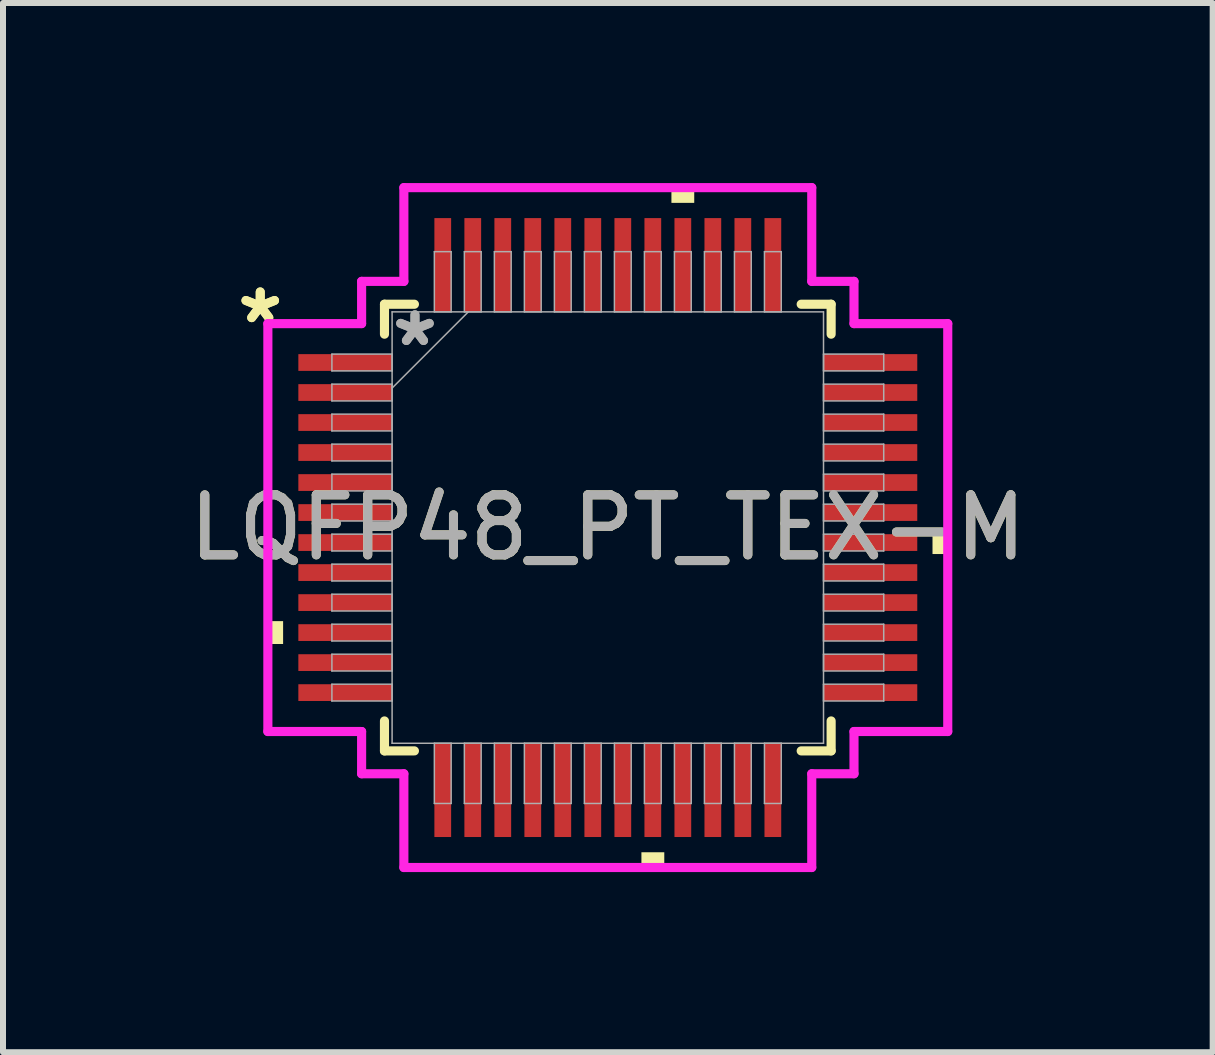
<source format=kicad_pcb>
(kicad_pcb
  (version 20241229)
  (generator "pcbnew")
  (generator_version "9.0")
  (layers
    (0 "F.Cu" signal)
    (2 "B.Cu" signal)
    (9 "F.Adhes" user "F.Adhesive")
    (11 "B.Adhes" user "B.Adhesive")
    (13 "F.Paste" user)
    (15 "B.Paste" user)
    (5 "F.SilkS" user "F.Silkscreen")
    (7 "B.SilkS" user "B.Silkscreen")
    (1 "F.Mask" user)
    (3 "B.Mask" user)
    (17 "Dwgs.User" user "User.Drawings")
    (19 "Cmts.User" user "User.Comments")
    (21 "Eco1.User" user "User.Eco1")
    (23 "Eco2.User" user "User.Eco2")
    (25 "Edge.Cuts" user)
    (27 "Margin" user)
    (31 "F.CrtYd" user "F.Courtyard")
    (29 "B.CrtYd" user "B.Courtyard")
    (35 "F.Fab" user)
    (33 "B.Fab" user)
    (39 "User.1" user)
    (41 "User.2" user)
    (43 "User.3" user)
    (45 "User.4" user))
  (footprint "LQFP48_PT_TEX-M"
    (layer "F.Cu")
    (at 7.077 5.74)
    (property "Reference" "LQFP48_PT_TEX-M" (at 0 0 0) (unlocked yes) (layer "F.SilkS") (effects (font (size 1 1) (thickness 0.15))))
    (attr smd)
    (fp_line (start -3.721 -3.721) (end -3.721 -3.222) (stroke (width 0.152) (type solid)) (layer "F.SilkS"))
    (fp_line (start -3.721 3.222) (end -3.721 3.721) (stroke (width 0.152) (type solid)) (layer "F.SilkS"))
    (fp_line (start -3.721 3.721) (end -3.222 3.721) (stroke (width 0.152) (type solid)) (layer "F.SilkS"))
    (fp_line (start -3.222 -3.721) (end -3.721 -3.721) (stroke (width 0.152) (type solid)) (layer "F.SilkS"))
    (fp_line (start 3.222 3.721) (end 3.721 3.721) (stroke (width 0.152) (type solid)) (layer "F.SilkS"))
    (fp_line (start 3.721 -3.721) (end 3.222 -3.721) (stroke (width 0.152) (type solid)) (layer "F.SilkS"))
    (fp_line (start 3.721 -3.222) (end 3.721 -3.721) (stroke (width 0.152) (type solid)) (layer "F.SilkS"))
    (fp_line (start 3.721 3.721) (end 3.721 3.222) (stroke (width 0.152) (type solid)) (layer "F.SilkS"))
    (fp_poly (pts (xy -5.664 1.559) (xy -5.664 1.94) (xy -5.41 1.94) (xy -5.41 1.559)) (stroke (width 0) (type solid)) (fill yes) (layer "F.SilkS"))
    (fp_poly (pts (xy 0.56 5.41) (xy 0.56 5.664) (xy 0.941 5.664) (xy 0.941 5.41)) (stroke (width 0) (type solid)) (fill yes) (layer "F.SilkS"))
    (fp_poly (pts (xy 1.06 -5.41) (xy 1.06 -5.664) (xy 1.44 -5.664) (xy 1.44 -5.41)) (stroke (width 0) (type solid)) (fill yes) (layer "F.SilkS"))
    (fp_poly (pts (xy 5.664 0.059) (xy 5.664 0.441) (xy 5.41 0.441) (xy 5.41 0.059)) (stroke (width 0) (type solid)) (fill yes) (layer "F.SilkS"))
    (fp_line (start -5.664 -3.398) (end -4.102 -3.398) (stroke (width 0.152) (type solid)) (layer "F.CrtYd"))
    (fp_line (start -5.664 3.398) (end -5.664 -3.398) (stroke (width 0.152) (type solid)) (layer "F.CrtYd"))
    (fp_line (start -4.102 -4.102) (end -3.398 -4.102) (stroke (width 0.152) (type solid)) (layer "F.CrtYd"))
    (fp_line (start -4.102 -3.398) (end -4.102 -4.102) (stroke (width 0.152) (type solid)) (layer "F.CrtYd"))
    (fp_line (start -4.102 3.398) (end -5.664 3.398) (stroke (width 0.152) (type solid)) (layer "F.CrtYd"))
    (fp_line (start -4.102 4.102) (end -4.102 3.398) (stroke (width 0.152) (type solid)) (layer "F.CrtYd"))
    (fp_line (start -4.102 4.102) (end -3.398 4.102) (stroke (width 0.152) (type solid)) (layer "F.CrtYd"))
    (fp_line (start -3.398 -5.664) (end 3.398 -5.664) (stroke (width 0.152) (type solid)) (layer "F.CrtYd"))
    (fp_line (start -3.398 -4.102) (end -3.398 -5.664) (stroke (width 0.152) (type solid)) (layer "F.CrtYd"))
    (fp_line (start -3.398 4.102) (end -3.398 5.664) (stroke (width 0.152) (type solid)) (layer "F.CrtYd"))
    (fp_line (start -3.398 5.664) (end 3.398 5.664) (stroke (width 0.152) (type solid)) (layer "F.CrtYd"))
    (fp_line (start 3.398 -5.664) (end 3.398 -4.102) (stroke (width 0.152) (type solid)) (layer "F.CrtYd"))
    (fp_line (start 3.398 -4.102) (end 4.102 -4.102) (stroke (width 0.152) (type solid)) (layer "F.CrtYd"))
    (fp_line (start 3.398 4.102) (end 4.102 4.102) (stroke (width 0.152) (type solid)) (layer "F.CrtYd"))
    (fp_line (start 3.398 5.664) (end 3.398 4.102) (stroke (width 0.152) (type solid)) (layer "F.CrtYd"))
    (fp_line (start 4.102 -3.398) (end 4.102 -4.102) (stroke (width 0.152) (type solid)) (layer "F.CrtYd"))
    (fp_line (start 4.102 3.398) (end 5.664 3.398) (stroke (width 0.152) (type solid)) (layer "F.CrtYd"))
    (fp_line (start 4.102 4.102) (end 4.102 3.398) (stroke (width 0.152) (type solid)) (layer "F.CrtYd"))
    (fp_line (start 5.664 -3.398) (end 4.102 -3.398) (stroke (width 0.152) (type solid)) (layer "F.CrtYd"))
    (fp_line (start 5.664 3.398) (end 5.664 -3.398) (stroke (width 0.152) (type solid)) (layer "F.CrtYd"))
    (fp_line (start -4.597 -2.89) (end -4.597 -2.61) (stroke (width 0.025) (type solid)) (layer "F.Fab"))
    (fp_line (start -4.597 -2.61) (end -3.594 -2.61) (stroke (width 0.025) (type solid)) (layer "F.Fab"))
    (fp_line (start -4.597 -2.39) (end -4.597 -2.11) (stroke (width 0.025) (type solid)) (layer "F.Fab"))
    (fp_line (start -4.597 -2.11) (end -3.594 -2.11) (stroke (width 0.025) (type solid)) (layer "F.Fab"))
    (fp_line (start -4.597 -1.89) (end -4.597 -1.61) (stroke (width 0.025) (type solid)) (layer "F.Fab"))
    (fp_line (start -4.597 -1.61) (end -3.594 -1.61) (stroke (width 0.025) (type solid)) (layer "F.Fab"))
    (fp_line (start -4.597 -1.39) (end -4.597 -1.11) (stroke (width 0.025) (type solid)) (layer "F.Fab"))
    (fp_line (start -4.597 -1.11) (end -3.594 -1.11) (stroke (width 0.025) (type solid)) (layer "F.Fab"))
    (fp_line (start -4.597 -0.89) (end -4.597 -0.61) (stroke (width 0.025) (type solid)) (layer "F.Fab"))
    (fp_line (start -4.597 -0.61) (end -3.594 -0.61) (stroke (width 0.025) (type solid)) (layer "F.Fab"))
    (fp_line (start -4.597 -0.39) (end -4.597 -0.11) (stroke (width 0.025) (type solid)) (layer "F.Fab"))
    (fp_line (start -4.597 -0.11) (end -3.594 -0.11) (stroke (width 0.025) (type solid)) (layer "F.Fab"))
    (fp_line (start -4.597 0.11) (end -4.597 0.39) (stroke (width 0.025) (type solid)) (layer "F.Fab"))
    (fp_line (start -4.597 0.39) (end -3.594 0.39) (stroke (width 0.025) (type solid)) (layer "F.Fab"))
    (fp_line (start -4.597 0.61) (end -4.597 0.89) (stroke (width 0.025) (type solid)) (layer "F.Fab"))
    (fp_line (start -4.597 0.89) (end -3.594 0.89) (stroke (width 0.025) (type solid)) (layer "F.Fab"))
    (fp_line (start -4.597 1.11) (end -4.597 1.39) (stroke (width 0.025) (type solid)) (layer "F.Fab"))
    (fp_line (start -4.597 1.39) (end -3.594 1.39) (stroke (width 0.025) (type solid)) (layer "F.Fab"))
    (fp_line (start -4.597 1.61) (end -4.597 1.89) (stroke (width 0.025) (type solid)) (layer "F.Fab"))
    (fp_line (start -4.597 1.89) (end -3.594 1.89) (stroke (width 0.025) (type solid)) (layer "F.Fab"))
    (fp_line (start -4.597 2.11) (end -4.597 2.39) (stroke (width 0.025) (type solid)) (layer "F.Fab"))
    (fp_line (start -4.597 2.39) (end -3.594 2.39) (stroke (width 0.025) (type solid)) (layer "F.Fab"))
    (fp_line (start -4.597 2.61) (end -4.597 2.89) (stroke (width 0.025) (type solid)) (layer "F.Fab"))
    (fp_line (start -4.597 2.89) (end -3.594 2.89) (stroke (width 0.025) (type solid)) (layer "F.Fab"))
    (fp_line (start -3.594 -3.594) (end -3.594 3.594) (stroke (width 0.025) (type solid)) (layer "F.Fab"))
    (fp_line (start -3.594 -2.89) (end -4.597 -2.89) (stroke (width 0.025) (type solid)) (layer "F.Fab"))
    (fp_line (start -3.594 -2.61) (end -3.594 -2.89) (stroke (width 0.025) (type solid)) (layer "F.Fab"))
    (fp_line (start -3.594 -2.39) (end -4.597 -2.39) (stroke (width 0.025) (type solid)) (layer "F.Fab"))
    (fp_line (start -3.594 -2.324) (end -2.324 -3.594) (stroke (width 0.025) (type solid)) (layer "F.Fab"))
    (fp_line (start -3.594 -2.11) (end -3.594 -2.39) (stroke (width 0.025) (type solid)) (layer "F.Fab"))
    (fp_line (start -3.594 -1.89) (end -4.597 -1.89) (stroke (width 0.025) (type solid)) (layer "F.Fab"))
    (fp_line (start -3.594 -1.61) (end -3.594 -1.89) (stroke (width 0.025) (type solid)) (layer "F.Fab"))
    (fp_line (start -3.594 -1.39) (end -4.597 -1.39) (stroke (width 0.025) (type solid)) (layer "F.Fab"))
    (fp_line (start -3.594 -1.11) (end -3.594 -1.39) (stroke (width 0.025) (type solid)) (layer "F.Fab"))
    (fp_line (start -3.594 -0.89) (end -4.597 -0.89) (stroke (width 0.025) (type solid)) (layer "F.Fab"))
    (fp_line (start -3.594 -0.61) (end -3.594 -0.89) (stroke (width 0.025) (type solid)) (layer "F.Fab"))
    (fp_line (start -3.594 -0.39) (end -4.597 -0.39) (stroke (width 0.025) (type solid)) (layer "F.Fab"))
    (fp_line (start -3.594 -0.11) (end -3.594 -0.39) (stroke (width 0.025) (type solid)) (layer "F.Fab"))
    (fp_line (start -3.594 0.11) (end -4.597 0.11) (stroke (width 0.025) (type solid)) (layer "F.Fab"))
    (fp_line (start -3.594 0.39) (end -3.594 0.11) (stroke (width 0.025) (type solid)) (layer "F.Fab"))
    (fp_line (start -3.594 0.61) (end -4.597 0.61) (stroke (width 0.025) (type solid)) (layer "F.Fab"))
    (fp_line (start -3.594 0.89) (end -3.594 0.61) (stroke (width 0.025) (type solid)) (layer "F.Fab"))
    (fp_line (start -3.594 1.11) (end -4.597 1.11) (stroke (width 0.025) (type solid)) (layer "F.Fab"))
    (fp_line (start -3.594 1.39) (end -3.594 1.11) (stroke (width 0.025) (type solid)) (layer "F.Fab"))
    (fp_line (start -3.594 1.61) (end -4.597 1.61) (stroke (width 0.025) (type solid)) (layer "F.Fab"))
    (fp_line (start -3.594 1.89) (end -3.594 1.61) (stroke (width 0.025) (type solid)) (layer "F.Fab"))
    (fp_line (start -3.594 2.11) (end -4.597 2.11) (stroke (width 0.025) (type solid)) (layer "F.Fab"))
    (fp_line (start -3.594 2.39) (end -3.594 2.11) (stroke (width 0.025) (type solid)) (layer "F.Fab"))
    (fp_line (start -3.594 2.61) (end -4.597 2.61) (stroke (width 0.025) (type solid)) (layer "F.Fab"))
    (fp_line (start -3.594 2.89) (end -3.594 2.61) (stroke (width 0.025) (type solid)) (layer "F.Fab"))
    (fp_line (start -3.594 3.594) (end 3.594 3.594) (stroke (width 0.025) (type solid)) (layer "F.Fab"))
    (fp_line (start -2.89 -4.597) (end -2.89 -3.594) (stroke (width 0.025) (type solid)) (layer "F.Fab"))
    (fp_line (start -2.89 -3.594) (end -2.61 -3.594) (stroke (width 0.025) (type solid)) (layer "F.Fab"))
    (fp_line (start -2.89 3.594) (end -2.89 4.597) (stroke (width 0.025) (type solid)) (layer "F.Fab"))
    (fp_line (start -2.89 4.597) (end -2.61 4.597) (stroke (width 0.025) (type solid)) (layer "F.Fab"))
    (fp_line (start -2.61 -4.597) (end -2.89 -4.597) (stroke (width 0.025) (type solid)) (layer "F.Fab"))
    (fp_line (start -2.61 -3.594) (end -2.61 -4.597) (stroke (width 0.025) (type solid)) (layer "F.Fab"))
    (fp_line (start -2.61 3.594) (end -2.89 3.594) (stroke (width 0.025) (type solid)) (layer "F.Fab"))
    (fp_line (start -2.61 4.597) (end -2.61 3.594) (stroke (width 0.025) (type solid)) (layer "F.Fab"))
    (fp_line (start -2.39 -4.597) (end -2.39 -3.594) (stroke (width 0.025) (type solid)) (layer "F.Fab"))
    (fp_line (start -2.39 -3.594) (end -2.11 -3.594) (stroke (width 0.025) (type solid)) (layer "F.Fab"))
    (fp_line (start -2.39 3.594) (end -2.39 4.597) (stroke (width 0.025) (type solid)) (layer "F.Fab"))
    (fp_line (start -2.39 4.597) (end -2.11 4.597) (stroke (width 0.025) (type solid)) (layer "F.Fab"))
    (fp_line (start -2.11 -4.597) (end -2.39 -4.597) (stroke (width 0.025) (type solid)) (layer "F.Fab"))
    (fp_line (start -2.11 -3.594) (end -2.11 -4.597) (stroke (width 0.025) (type solid)) (layer "F.Fab"))
    (fp_line (start -2.11 3.594) (end -2.39 3.594) (stroke (width 0.025) (type solid)) (layer "F.Fab"))
    (fp_line (start -2.11 4.597) (end -2.11 3.594) (stroke (width 0.025) (type solid)) (layer "F.Fab"))
    (fp_line (start -1.89 -4.597) (end -1.89 -3.594) (stroke (width 0.025) (type solid)) (layer "F.Fab"))
    (fp_line (start -1.89 -3.594) (end -1.61 -3.594) (stroke (width 0.025) (type solid)) (layer "F.Fab"))
    (fp_line (start -1.89 3.594) (end -1.89 4.597) (stroke (width 0.025) (type solid)) (layer "F.Fab"))
    (fp_line (start -1.89 4.597) (end -1.61 4.597) (stroke (width 0.025) (type solid)) (layer "F.Fab"))
    (fp_line (start -1.61 -4.597) (end -1.89 -4.597) (stroke (width 0.025) (type solid)) (layer "F.Fab"))
    (fp_line (start -1.61 -3.594) (end -1.61 -4.597) (stroke (width 0.025) (type solid)) (layer "F.Fab"))
    (fp_line (start -1.61 3.594) (end -1.89 3.594) (stroke (width 0.025) (type solid)) (layer "F.Fab"))
    (fp_line (start -1.61 4.597) (end -1.61 3.594) (stroke (width 0.025) (type solid)) (layer "F.Fab"))
    (fp_line (start -1.39 -4.597) (end -1.39 -3.594) (stroke (width 0.025) (type solid)) (layer "F.Fab"))
    (fp_line (start -1.39 -3.594) (end -1.11 -3.594) (stroke (width 0.025) (type solid)) (layer "F.Fab"))
    (fp_line (start -1.39 3.594) (end -1.39 4.597) (stroke (width 0.025) (type solid)) (layer "F.Fab"))
    (fp_line (start -1.39 4.597) (end -1.11 4.597) (stroke (width 0.025) (type solid)) (layer "F.Fab"))
    (fp_line (start -1.11 -4.597) (end -1.39 -4.597) (stroke (width 0.025) (type solid)) (layer "F.Fab"))
    (fp_line (start -1.11 -3.594) (end -1.11 -4.597) (stroke (width 0.025) (type solid)) (layer "F.Fab"))
    (fp_line (start -1.11 3.594) (end -1.39 3.594) (stroke (width 0.025) (type solid)) (layer "F.Fab"))
    (fp_line (start -1.11 4.597) (end -1.11 3.594) (stroke (width 0.025) (type solid)) (layer "F.Fab"))
    (fp_line (start -0.89 -4.597) (end -0.89 -3.594) (stroke (width 0.025) (type solid)) (layer "F.Fab"))
    (fp_line (start -0.89 -3.594) (end -0.61 -3.594) (stroke (width 0.025) (type solid)) (layer "F.Fab"))
    (fp_line (start -0.89 3.594) (end -0.89 4.597) (stroke (width 0.025) (type solid)) (layer "F.Fab"))
    (fp_line (start -0.89 4.597) (end -0.61 4.597) (stroke (width 0.025) (type solid)) (layer "F.Fab"))
    (fp_line (start -0.61 -4.597) (end -0.89 -4.597) (stroke (width 0.025) (type solid)) (layer "F.Fab"))
    (fp_line (start -0.61 -3.594) (end -0.61 -4.597) (stroke (width 0.025) (type solid)) (layer "F.Fab"))
    (fp_line (start -0.61 3.594) (end -0.89 3.594) (stroke (width 0.025) (type solid)) (layer "F.Fab"))
    (fp_line (start -0.61 4.597) (end -0.61 3.594) (stroke (width 0.025) (type solid)) (layer "F.Fab"))
    (fp_line (start -0.39 -4.597) (end -0.39 -3.594) (stroke (width 0.025) (type solid)) (layer "F.Fab"))
    (fp_line (start -0.39 -3.594) (end -0.11 -3.594) (stroke (width 0.025) (type solid)) (layer "F.Fab"))
    (fp_line (start -0.39 3.594) (end -0.39 4.597) (stroke (width 0.025) (type solid)) (layer "F.Fab"))
    (fp_line (start -0.39 4.597) (end -0.11 4.597) (stroke (width 0.025) (type solid)) (layer "F.Fab"))
    (fp_line (start -0.11 -4.597) (end -0.39 -4.597) (stroke (width 0.025) (type solid)) (layer "F.Fab"))
    (fp_line (start -0.11 -3.594) (end -0.11 -4.597) (stroke (width 0.025) (type solid)) (layer "F.Fab"))
    (fp_line (start -0.11 3.594) (end -0.39 3.594) (stroke (width 0.025) (type solid)) (layer "F.Fab"))
    (fp_line (start -0.11 4.597) (end -0.11 3.594) (stroke (width 0.025) (type solid)) (layer "F.Fab"))
    (fp_line (start 0.11 -4.597) (end 0.11 -3.594) (stroke (width 0.025) (type solid)) (layer "F.Fab"))
    (fp_line (start 0.11 -3.594) (end 0.39 -3.594) (stroke (width 0.025) (type solid)) (layer "F.Fab"))
    (fp_line (start 0.11 3.594) (end 0.11 4.597) (stroke (width 0.025) (type solid)) (layer "F.Fab"))
    (fp_line (start 0.11 4.597) (end 0.39 4.597) (stroke (width 0.025) (type solid)) (layer "F.Fab"))
    (fp_line (start 0.39 -4.597) (end 0.11 -4.597) (stroke (width 0.025) (type solid)) (layer "F.Fab"))
    (fp_line (start 0.39 -3.594) (end 0.39 -4.597) (stroke (width 0.025) (type solid)) (layer "F.Fab"))
    (fp_line (start 0.39 3.594) (end 0.11 3.594) (stroke (width 0.025) (type solid)) (layer "F.Fab"))
    (fp_line (start 0.39 4.597) (end 0.39 3.594) (stroke (width 0.025) (type solid)) (layer "F.Fab"))
    (fp_line (start 0.61 -4.597) (end 0.61 -3.594) (stroke (width 0.025) (type solid)) (layer "F.Fab"))
    (fp_line (start 0.61 -3.594) (end 0.89 -3.594) (stroke (width 0.025) (type solid)) (layer "F.Fab"))
    (fp_line (start 0.61 3.594) (end 0.61 4.597) (stroke (width 0.025) (type solid)) (layer "F.Fab"))
    (fp_line (start 0.61 4.597) (end 0.89 4.597) (stroke (width 0.025) (type solid)) (layer "F.Fab"))
    (fp_line (start 0.89 -4.597) (end 0.61 -4.597) (stroke (width 0.025) (type solid)) (layer "F.Fab"))
    (fp_line (start 0.89 -3.594) (end 0.89 -4.597) (stroke (width 0.025) (type solid)) (layer "F.Fab"))
    (fp_line (start 0.89 3.594) (end 0.61 3.594) (stroke (width 0.025) (type solid)) (layer "F.Fab"))
    (fp_line (start 0.89 4.597) (end 0.89 3.594) (stroke (width 0.025) (type solid)) (layer "F.Fab"))
    (fp_line (start 1.11 -4.597) (end 1.11 -3.594) (stroke (width 0.025) (type solid)) (layer "F.Fab"))
    (fp_line (start 1.11 -3.594) (end 1.39 -3.594) (stroke (width 0.025) (type solid)) (layer "F.Fab"))
    (fp_line (start 1.11 3.594) (end 1.11 4.597) (stroke (width 0.025) (type solid)) (layer "F.Fab"))
    (fp_line (start 1.11 4.597) (end 1.39 4.597) (stroke (width 0.025) (type solid)) (layer "F.Fab"))
    (fp_line (start 1.39 -4.597) (end 1.11 -4.597) (stroke (width 0.025) (type solid)) (layer "F.Fab"))
    (fp_line (start 1.39 -3.594) (end 1.39 -4.597) (stroke (width 0.025) (type solid)) (layer "F.Fab"))
    (fp_line (start 1.39 3.594) (end 1.11 3.594) (stroke (width 0.025) (type solid)) (layer "F.Fab"))
    (fp_line (start 1.39 4.597) (end 1.39 3.594) (stroke (width 0.025) (type solid)) (layer "F.Fab"))
    (fp_line (start 1.61 -4.597) (end 1.61 -3.594) (stroke (width 0.025) (type solid)) (layer "F.Fab"))
    (fp_line (start 1.61 -3.594) (end 1.89 -3.594) (stroke (width 0.025) (type solid)) (layer "F.Fab"))
    (fp_line (start 1.61 3.594) (end 1.61 4.597) (stroke (width 0.025) (type solid)) (layer "F.Fab"))
    (fp_line (start 1.61 4.597) (end 1.89 4.597) (stroke (width 0.025) (type solid)) (layer "F.Fab"))
    (fp_line (start 1.89 -4.597) (end 1.61 -4.597) (stroke (width 0.025) (type solid)) (layer "F.Fab"))
    (fp_line (start 1.89 -3.594) (end 1.89 -4.597) (stroke (width 0.025) (type solid)) (layer "F.Fab"))
    (fp_line (start 1.89 3.594) (end 1.61 3.594) (stroke (width 0.025) (type solid)) (layer "F.Fab"))
    (fp_line (start 1.89 4.597) (end 1.89 3.594) (stroke (width 0.025) (type solid)) (layer "F.Fab"))
    (fp_line (start 2.11 -4.597) (end 2.11 -3.594) (stroke (width 0.025) (type solid)) (layer "F.Fab"))
    (fp_line (start 2.11 -3.594) (end 2.39 -3.594) (stroke (width 0.025) (type solid)) (layer "F.Fab"))
    (fp_line (start 2.11 3.594) (end 2.11 4.597) (stroke (width 0.025) (type solid)) (layer "F.Fab"))
    (fp_line (start 2.11 4.597) (end 2.39 4.597) (stroke (width 0.025) (type solid)) (layer "F.Fab"))
    (fp_line (start 2.39 -4.597) (end 2.11 -4.597) (stroke (width 0.025) (type solid)) (layer "F.Fab"))
    (fp_line (start 2.39 -3.594) (end 2.39 -4.597) (stroke (width 0.025) (type solid)) (layer "F.Fab"))
    (fp_line (start 2.39 3.594) (end 2.11 3.594) (stroke (width 0.025) (type solid)) (layer "F.Fab"))
    (fp_line (start 2.39 4.597) (end 2.39 3.594) (stroke (width 0.025) (type solid)) (layer "F.Fab"))
    (fp_line (start 2.61 -4.597) (end 2.61 -3.594) (stroke (width 0.025) (type solid)) (layer "F.Fab"))
    (fp_line (start 2.61 -3.594) (end 2.89 -3.594) (stroke (width 0.025) (type solid)) (layer "F.Fab"))
    (fp_line (start 2.61 3.594) (end 2.61 4.597) (stroke (width 0.025) (type solid)) (layer "F.Fab"))
    (fp_line (start 2.61 4.597) (end 2.89 4.597) (stroke (width 0.025) (type solid)) (layer "F.Fab"))
    (fp_line (start 2.89 -4.597) (end 2.61 -4.597) (stroke (width 0.025) (type solid)) (layer "F.Fab"))
    (fp_line (start 2.89 -3.594) (end 2.89 -4.597) (stroke (width 0.025) (type solid)) (layer "F.Fab"))
    (fp_line (start 2.89 3.594) (end 2.61 3.594) (stroke (width 0.025) (type solid)) (layer "F.Fab"))
    (fp_line (start 2.89 4.597) (end 2.89 3.594) (stroke (width 0.025) (type solid)) (layer "F.Fab"))
    (fp_line (start 3.594 -3.594) (end -3.594 -3.594) (stroke (width 0.025) (type solid)) (layer "F.Fab"))
    (fp_line (start 3.594 -2.89) (end 3.594 -2.61) (stroke (width 0.025) (type solid)) (layer "F.Fab"))
    (fp_line (start 3.594 -2.61) (end 4.597 -2.61) (stroke (width 0.025) (type solid)) (layer "F.Fab"))
    (fp_line (start 3.594 -2.39) (end 3.594 -2.11) (stroke (width 0.025) (type solid)) (layer "F.Fab"))
    (fp_line (start 3.594 -2.11) (end 4.597 -2.11) (stroke (width 0.025) (type solid)) (layer "F.Fab"))
    (fp_line (start 3.594 -1.89) (end 3.594 -1.61) (stroke (width 0.025) (type solid)) (layer "F.Fab"))
    (fp_line (start 3.594 -1.61) (end 4.597 -1.61) (stroke (width 0.025) (type solid)) (layer "F.Fab"))
    (fp_line (start 3.594 -1.39) (end 3.594 -1.11) (stroke (width 0.025) (type solid)) (layer "F.Fab"))
    (fp_line (start 3.594 -1.11) (end 4.597 -1.11) (stroke (width 0.025) (type solid)) (layer "F.Fab"))
    (fp_line (start 3.594 -0.89) (end 3.594 -0.61) (stroke (width 0.025) (type solid)) (layer "F.Fab"))
    (fp_line (start 3.594 -0.61) (end 4.597 -0.61) (stroke (width 0.025) (type solid)) (layer "F.Fab"))
    (fp_line (start 3.594 -0.39) (end 3.594 -0.11) (stroke (width 0.025) (type solid)) (layer "F.Fab"))
    (fp_line (start 3.594 -0.11) (end 4.597 -0.11) (stroke (width 0.025) (type solid)) (layer "F.Fab"))
    (fp_line (start 3.594 0.11) (end 3.594 0.39) (stroke (width 0.025) (type solid)) (layer "F.Fab"))
    (fp_line (start 3.594 0.39) (end 4.597 0.39) (stroke (width 0.025) (type solid)) (layer "F.Fab"))
    (fp_line (start 3.594 0.61) (end 3.594 0.89) (stroke (width 0.025) (type solid)) (layer "F.Fab"))
    (fp_line (start 3.594 0.89) (end 4.597 0.89) (stroke (width 0.025) (type solid)) (layer "F.Fab"))
    (fp_line (start 3.594 1.11) (end 3.594 1.39) (stroke (width 0.025) (type solid)) (layer "F.Fab"))
    (fp_line (start 3.594 1.39) (end 4.597 1.39) (stroke (width 0.025) (type solid)) (layer "F.Fab"))
    (fp_line (start 3.594 1.61) (end 3.594 1.89) (stroke (width 0.025) (type solid)) (layer "F.Fab"))
    (fp_line (start 3.594 1.89) (end 4.597 1.89) (stroke (width 0.025) (type solid)) (layer "F.Fab"))
    (fp_line (start 3.594 2.11) (end 3.594 2.39) (stroke (width 0.025) (type solid)) (layer "F.Fab"))
    (fp_line (start 3.594 2.39) (end 4.597 2.39) (stroke (width 0.025) (type solid)) (layer "F.Fab"))
    (fp_line (start 3.594 2.61) (end 3.594 2.89) (stroke (width 0.025) (type solid)) (layer "F.Fab"))
    (fp_line (start 3.594 2.89) (end 4.597 2.89) (stroke (width 0.025) (type solid)) (layer "F.Fab"))
    (fp_line (start 3.594 3.594) (end 3.594 -3.594) (stroke (width 0.025) (type solid)) (layer "F.Fab"))
    (fp_line (start 4.597 -2.89) (end 3.594 -2.89) (stroke (width 0.025) (type solid)) (layer "F.Fab"))
    (fp_line (start 4.597 -2.61) (end 4.597 -2.89) (stroke (width 0.025) (type solid)) (layer "F.Fab"))
    (fp_line (start 4.597 -2.39) (end 3.594 -2.39) (stroke (width 0.025) (type solid)) (layer "F.Fab"))
    (fp_line (start 4.597 -2.11) (end 4.597 -2.39) (stroke (width 0.025) (type solid)) (layer "F.Fab"))
    (fp_line (start 4.597 -1.89) (end 3.594 -1.89) (stroke (width 0.025) (type solid)) (layer "F.Fab"))
    (fp_line (start 4.597 -1.61) (end 4.597 -1.89) (stroke (width 0.025) (type solid)) (layer "F.Fab"))
    (fp_line (start 4.597 -1.39) (end 3.594 -1.39) (stroke (width 0.025) (type solid)) (layer "F.Fab"))
    (fp_line (start 4.597 -1.11) (end 4.597 -1.39) (stroke (width 0.025) (type solid)) (layer "F.Fab"))
    (fp_line (start 4.597 -0.89) (end 3.594 -0.89) (stroke (width 0.025) (type solid)) (layer "F.Fab"))
    (fp_line (start 4.597 -0.61) (end 4.597 -0.89) (stroke (width 0.025) (type solid)) (layer "F.Fab"))
    (fp_line (start 4.597 -0.39) (end 3.594 -0.39) (stroke (width 0.025) (type solid)) (layer "F.Fab"))
    (fp_line (start 4.597 -0.11) (end 4.597 -0.39) (stroke (width 0.025) (type solid)) (layer "F.Fab"))
    (fp_line (start 4.597 0.11) (end 3.594 0.11) (stroke (width 0.025) (type solid)) (layer "F.Fab"))
    (fp_line (start 4.597 0.39) (end 4.597 0.11) (stroke (width 0.025) (type solid)) (layer "F.Fab"))
    (fp_line (start 4.597 0.61) (end 3.594 0.61) (stroke (width 0.025) (type solid)) (layer "F.Fab"))
    (fp_line (start 4.597 0.89) (end 4.597 0.61) (stroke (width 0.025) (type solid)) (layer "F.Fab"))
    (fp_line (start 4.597 1.11) (end 3.594 1.11) (stroke (width 0.025) (type solid)) (layer "F.Fab"))
    (fp_line (start 4.597 1.39) (end 4.597 1.11) (stroke (width 0.025) (type solid)) (layer "F.Fab"))
    (fp_line (start 4.597 1.61) (end 3.594 1.61) (stroke (width 0.025) (type solid)) (layer "F.Fab"))
    (fp_line (start 4.597 1.89) (end 4.597 1.61) (stroke (width 0.025) (type solid)) (layer "F.Fab"))
    (fp_line (start 4.597 2.11) (end 3.594 2.11) (stroke (width 0.025) (type solid)) (layer "F.Fab"))
    (fp_line (start 4.597 2.39) (end 4.597 2.11) (stroke (width 0.025) (type solid)) (layer "F.Fab"))
    (fp_line (start 4.597 2.61) (end 3.594 2.61) (stroke (width 0.025) (type solid)) (layer "F.Fab"))
    (fp_line (start 4.597 2.89) (end 4.597 2.61) (stroke (width 0.025) (type solid)) (layer "F.Fab"))
    (fp_text user "*" (at -5.791 -3.381 0) (unlocked yes) (layer "F.SilkS") (effects (font (size 1 1) (thickness 0.15))))
    (fp_text user "*" (at -5.791 -3.381 0) (layer "F.SilkS") (effects (font (size 1 1) (thickness 0.15))))
    (fp_text user "*" (at -3.213 -3 0) (unlocked yes) (layer "F.Fab") (effects (font (size 1 1) (thickness 0.15))))
    (fp_text user "${REFERENCE}" (at 0 0 0) (unlocked yes) (layer "F.Fab") (effects (font (size 1 1) (thickness 0.15))))
    (fp_text user "*" (at -3.213 -3 0) (layer "F.Fab") (effects (font (size 1 1) (thickness 0.15))))
    (pad "1" smd rect (at -4.375 -2.75 90) (size 0.279 1.562) (layers "F.Cu" "F.Mask" "F.Paste"))
    (pad "2" smd rect (at -4.375 -2.25 90) (size 0.279 1.562) (layers "F.Cu" "F.Mask" "F.Paste"))
    (pad "3" smd rect (at -4.375 -1.75 90) (size 0.279 1.562) (layers "F.Cu" "F.Mask" "F.Paste"))
    (pad "4" smd rect (at -4.375 -1.25 90) (size 0.279 1.562) (layers "F.Cu" "F.Mask" "F.Paste"))
    (pad "5" smd rect (at -4.375 -0.75 90) (size 0.279 1.562) (layers "F.Cu" "F.Mask" "F.Paste"))
    (pad "6" smd rect (at -4.375 -0.25 90) (size 0.279 1.562) (layers "F.Cu" "F.Mask" "F.Paste"))
    (pad "7" smd rect (at -4.375 0.25 90) (size 0.279 1.562) (layers "F.Cu" "F.Mask" "F.Paste"))
    (pad "8" smd rect (at -4.375 0.75 90) (size 0.279 1.562) (layers "F.Cu" "F.Mask" "F.Paste"))
    (pad "9" smd rect (at -4.375 1.25 90) (size 0.279 1.562) (layers "F.Cu" "F.Mask" "F.Paste"))
    (pad "10" smd rect (at -4.375 1.75 90) (size 0.279 1.562) (layers "F.Cu" "F.Mask" "F.Paste"))
    (pad "11" smd rect (at -4.375 2.25 90) (size 0.279 1.562) (layers "F.Cu" "F.Mask" "F.Paste"))
    (pad "12" smd rect (at -4.375 2.75 90) (size 0.279 1.562) (layers "F.Cu" "F.Mask" "F.Paste"))
    (pad "13" smd rect (at -2.75 4.375) (size 0.279 1.562) (layers "F.Cu" "F.Mask" "F.Paste"))
    (pad "14" smd rect (at -2.25 4.375) (size 0.279 1.562) (layers "F.Cu" "F.Mask" "F.Paste"))
    (pad "15" smd rect (at -1.75 4.375) (size 0.279 1.562) (layers "F.Cu" "F.Mask" "F.Paste"))
    (pad "16" smd rect (at -1.25 4.375) (size 0.279 1.562) (layers "F.Cu" "F.Mask" "F.Paste"))
    (pad "17" smd rect (at -0.75 4.375) (size 0.279 1.562) (layers "F.Cu" "F.Mask" "F.Paste"))
    (pad "18" smd rect (at -0.25 4.375) (size 0.279 1.562) (layers "F.Cu" "F.Mask" "F.Paste"))
    (pad "19" smd rect (at 0.25 4.375) (size 0.279 1.562) (layers "F.Cu" "F.Mask" "F.Paste"))
    (pad "20" smd rect (at 0.75 4.375) (size 0.279 1.562) (layers "F.Cu" "F.Mask" "F.Paste"))
    (pad "21" smd rect (at 1.25 4.375) (size 0.279 1.562) (layers "F.Cu" "F.Mask" "F.Paste"))
    (pad "22" smd rect (at 1.75 4.375) (size 0.279 1.562) (layers "F.Cu" "F.Mask" "F.Paste"))
    (pad "23" smd rect (at 2.25 4.375) (size 0.279 1.562) (layers "F.Cu" "F.Mask" "F.Paste"))
    (pad "24" smd rect (at 2.75 4.375) (size 0.279 1.562) (layers "F.Cu" "F.Mask" "F.Paste"))
    (pad "25" smd rect (at 4.375 2.75 90) (size 0.279 1.562) (layers "F.Cu" "F.Mask" "F.Paste"))
    (pad "26" smd rect (at 4.375 2.25 90) (size 0.279 1.562) (layers "F.Cu" "F.Mask" "F.Paste"))
    (pad "27" smd rect (at 4.375 1.75 90) (size 0.279 1.562) (layers "F.Cu" "F.Mask" "F.Paste"))
    (pad "28" smd rect (at 4.375 1.25 90) (size 0.279 1.562) (layers "F.Cu" "F.Mask" "F.Paste"))
    (pad "29" smd rect (at 4.375 0.75 90) (size 0.279 1.562) (layers "F.Cu" "F.Mask" "F.Paste"))
    (pad "30" smd rect (at 4.375 0.25 90) (size 0.279 1.562) (layers "F.Cu" "F.Mask" "F.Paste"))
    (pad "31" smd rect (at 4.375 -0.25 90) (size 0.279 1.562) (layers "F.Cu" "F.Mask" "F.Paste"))
    (pad "32" smd rect (at 4.375 -0.75 90) (size 0.279 1.562) (layers "F.Cu" "F.Mask" "F.Paste"))
    (pad "33" smd rect (at 4.375 -1.25 90) (size 0.279 1.562) (layers "F.Cu" "F.Mask" "F.Paste"))
    (pad "34" smd rect (at 4.375 -1.75 90) (size 0.279 1.562) (layers "F.Cu" "F.Mask" "F.Paste"))
    (pad "35" smd rect (at 4.375 -2.25 90) (size 0.279 1.562) (layers "F.Cu" "F.Mask" "F.Paste"))
    (pad "36" smd rect (at 4.375 -2.75 90) (size 0.279 1.562) (layers "F.Cu" "F.Mask" "F.Paste"))
    (pad "37" smd rect (at 2.75 -4.375) (size 0.279 1.562) (layers "F.Cu" "F.Mask" "F.Paste"))
    (pad "38" smd rect (at 2.25 -4.375) (size 0.279 1.562) (layers "F.Cu" "F.Mask" "F.Paste"))
    (pad "39" smd rect (at 1.75 -4.375) (size 0.279 1.562) (layers "F.Cu" "F.Mask" "F.Paste"))
    (pad "40" smd rect (at 1.25 -4.375) (size 0.279 1.562) (layers "F.Cu" "F.Mask" "F.Paste"))
    (pad "41" smd rect (at 0.75 -4.375) (size 0.279 1.562) (layers "F.Cu" "F.Mask" "F.Paste"))
    (pad "42" smd rect (at 0.25 -4.375) (size 0.279 1.562) (layers "F.Cu" "F.Mask" "F.Paste"))
    (pad "43" smd rect (at -0.25 -4.375) (size 0.279 1.562) (layers "F.Cu" "F.Mask" "F.Paste"))
    (pad "44" smd rect (at -0.75 -4.375) (size 0.279 1.562) (layers "F.Cu" "F.Mask" "F.Paste"))
    (pad "45" smd rect (at -1.25 -4.375) (size 0.279 1.562) (layers "F.Cu" "F.Mask" "F.Paste"))
    (pad "46" smd rect (at -1.75 -4.375) (size 0.279 1.562) (layers "F.Cu" "F.Mask" "F.Paste"))
    (pad "47" smd rect (at -2.25 -4.375) (size 0.279 1.562) (layers "F.Cu" "F.Mask" "F.Paste"))
    (pad "48" smd rect (at -2.75 -4.375) (size 0.279 1.562) (layers "F.Cu" "F.Mask" "F.Paste")))
  (gr_rect
    (start -3 -3)
    (end 17.155 14.481)
    (stroke (width 0.1) (type default))
    (fill no)
    (layer "Edge.Cuts")))
</source>
